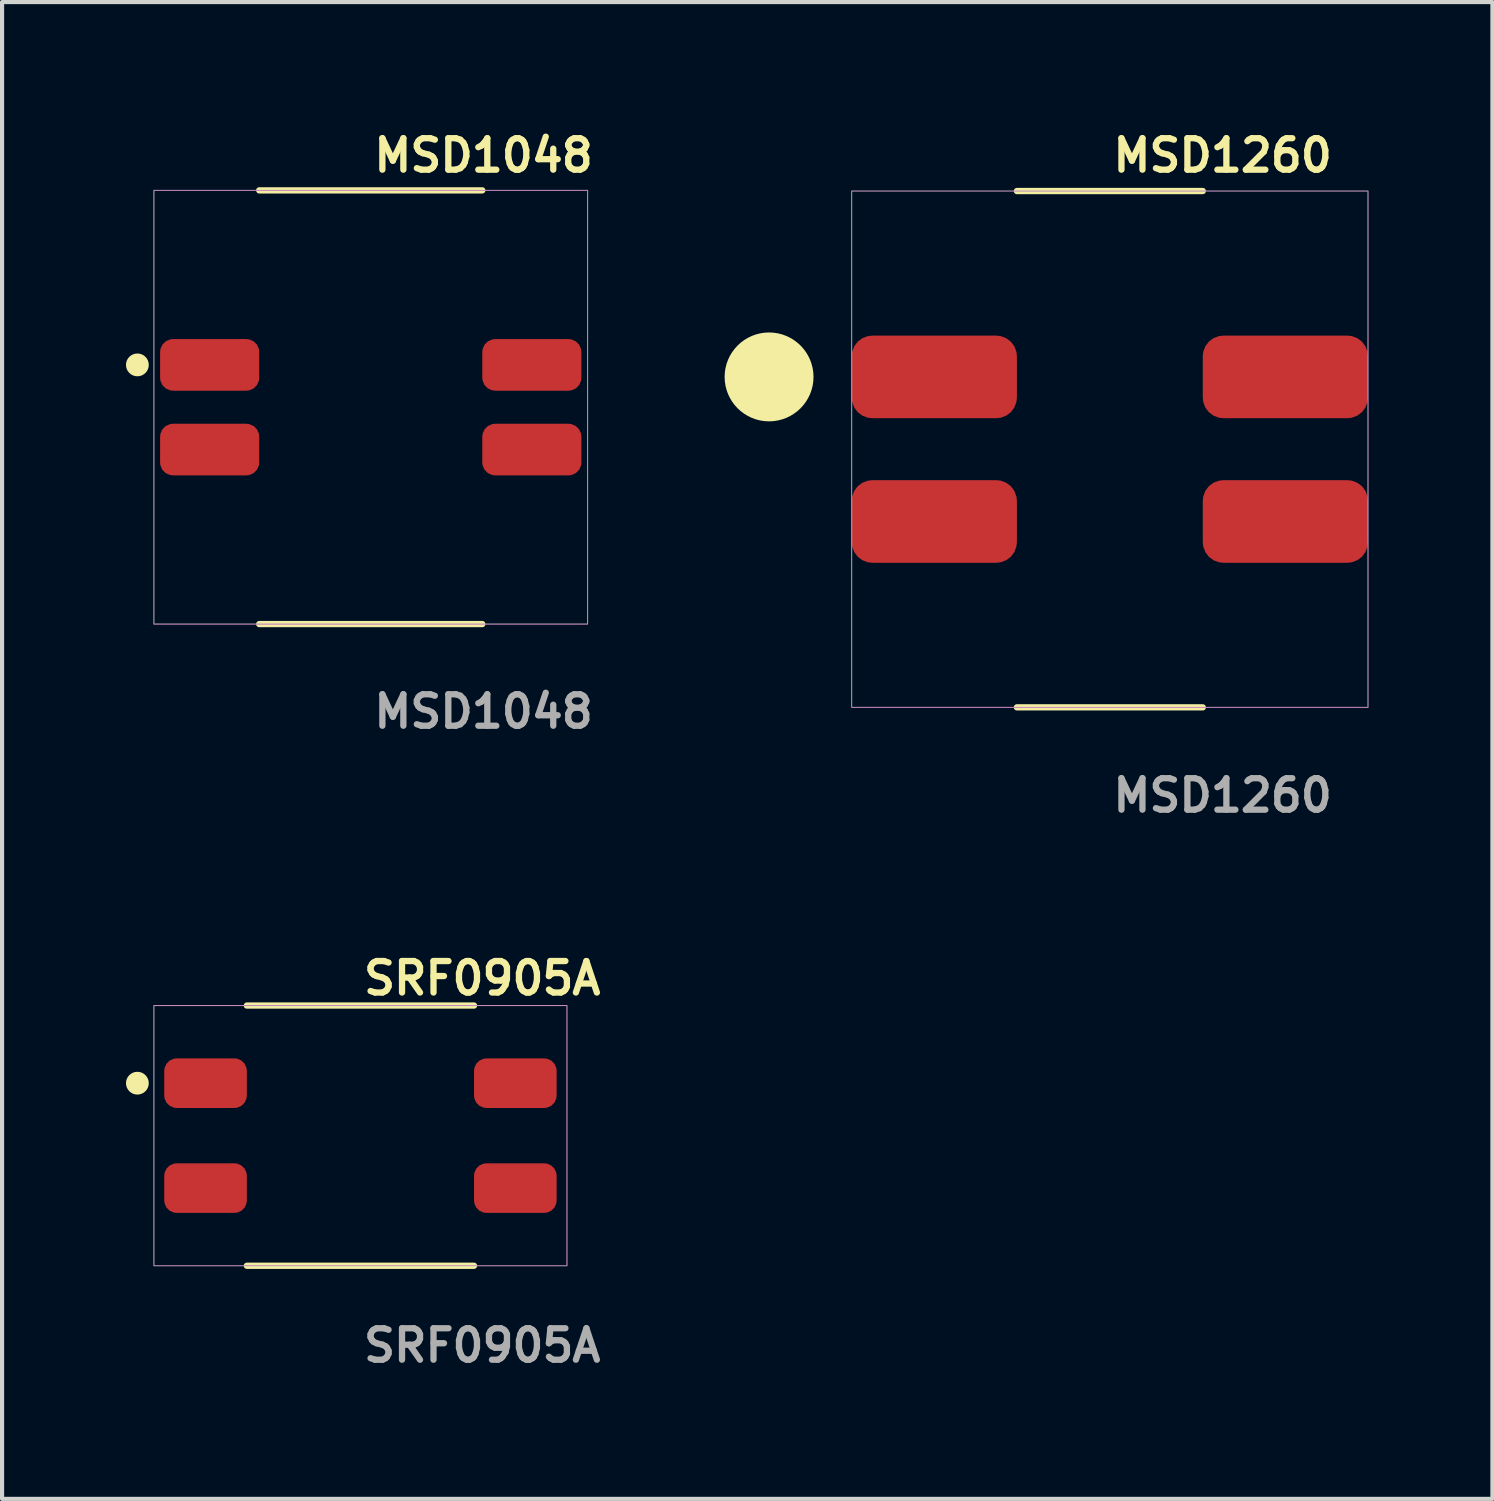
<source format=kicad_pcb>
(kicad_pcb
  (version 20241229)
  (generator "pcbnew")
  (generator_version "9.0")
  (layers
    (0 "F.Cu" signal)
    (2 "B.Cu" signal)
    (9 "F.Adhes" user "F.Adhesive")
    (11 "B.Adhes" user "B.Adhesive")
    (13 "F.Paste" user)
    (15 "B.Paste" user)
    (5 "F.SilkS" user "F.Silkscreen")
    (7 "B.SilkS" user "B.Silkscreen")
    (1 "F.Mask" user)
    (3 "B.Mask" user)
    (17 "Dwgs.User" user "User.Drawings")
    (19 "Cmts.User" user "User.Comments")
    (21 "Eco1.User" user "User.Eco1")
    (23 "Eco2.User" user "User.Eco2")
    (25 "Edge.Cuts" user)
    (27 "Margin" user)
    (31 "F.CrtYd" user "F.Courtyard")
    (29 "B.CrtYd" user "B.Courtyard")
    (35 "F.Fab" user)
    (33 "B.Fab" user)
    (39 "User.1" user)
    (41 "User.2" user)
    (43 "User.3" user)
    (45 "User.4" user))
  (footprint "MSD1260"
    (layer "F.Cu")
    (at 23.819 7.825)
    (property "Reference" "MSD1260" (at 0 -7.112 0) (unlocked yes) (layer "F.SilkS") (effects (font (size 0.762 0.762) (thickness 0.152)) (justify left)))
    (fp_line (start 2.25 -6.25) (end -2.25 -6.25) (stroke (width 0.152) (type solid)) (layer "F.SilkS"))
    (fp_line (start 2.25 6.25) (end -2.25 6.25) (stroke (width 0.152) (type solid)) (layer "F.SilkS"))
    (fp_circle (center -8.25 -1.75) (end -9.25 -1.75) (stroke (width 0.152) (type solid)) (fill yes) (layer "F.SilkS"))
    (fp_rect (start -6.25 -6.25) (end 6.25 6.25) (stroke (width 0.006) (type solid)) (fill no) (layer "F.CrtYd"))
    (fp_rect (start -6.25 -6.25) (end 6.25 6.25) (stroke (width 0.025) (type default)) (fill no) (layer "F.Fab"))
    (fp_text user "${REFERENCE}" (at 0 8.382 0) (unlocked yes) (layer "F.Fab") (effects (font (size 0.762 0.762) (thickness 0.152)) (justify left)))
    (pad "1" smd roundrect (at -4.25 -1.75) (size 4 2) (layers "F.Cu" "F.Mask" "F.Paste") (roundrect_rratio 0.25))
    (pad "2" smd roundrect (at -4.25 1.75) (size 4 2) (layers "F.Cu" "F.Mask" "F.Paste") (roundrect_rratio 0.25))
    (pad "3" smd roundrect (at 4.25 1.75) (size 4 2) (layers "F.Cu" "F.Mask" "F.Paste") (roundrect_rratio 0.25))
    (pad "4" smd roundrect (at 4.25 -1.75) (size 4 2) (layers "F.Cu" "F.Mask" "F.Paste") (roundrect_rratio 0.25)))
  (footprint "MSD1048"
    (layer "F.Cu")
    (at 5.926 6.809)
    (property "Reference" "MSD1048" (at 0 -6.096 0) (unlocked yes) (layer "F.SilkS") (effects (font (size 0.762 0.762) (thickness 0.152)) (justify left)))
    (fp_line (start 2.7 -5.25) (end -2.7 -5.25) (stroke (width 0.152) (type solid)) (layer "F.SilkS"))
    (fp_line (start 2.7 5.25) (end -2.7 5.25) (stroke (width 0.152) (type solid)) (layer "F.SilkS"))
    (fp_circle (center -5.65 -1.025) (end -5.85 -1.025) (stroke (width 0.152) (type solid)) (fill yes) (layer "F.SilkS"))
    (fp_rect (start -5.25 -5.25) (end 5.25 5.25) (stroke (width 0.006) (type solid)) (fill no) (layer "F.CrtYd"))
    (fp_rect (start -5.25 -5.25) (end 5.25 5.25) (stroke (width 0.025) (type default)) (fill no) (layer "F.Fab"))
    (fp_text user "${REFERENCE}" (at 0 7.366 0) (unlocked yes) (layer "F.Fab") (effects (font (size 0.762 0.762) (thickness 0.152)) (justify left)))
    (pad "1" smd roundrect (at -3.9 -1.025) (size 2.4 1.25) (layers "F.Cu" "F.Mask" "F.Paste") (roundrect_rratio 0.25))
    (pad "2" smd roundrect (at -3.9 1.025) (size 2.4 1.25) (layers "F.Cu" "F.Mask" "F.Paste") (roundrect_rratio 0.25))
    (pad "3" smd roundrect (at 3.9 1.025) (size 2.4 1.25) (layers "F.Cu" "F.Mask" "F.Paste") (roundrect_rratio 0.25))
    (pad "4" smd roundrect (at 3.9 -1.025) (size 2.4 1.25) (layers "F.Cu" "F.Mask" "F.Paste") (roundrect_rratio 0.25)))
  (footprint "SRF0905A"
    (layer "F.Cu")
    (at 5.676 24.444)
    (property "Reference" "SRF0905A" (at 0 -3.81 0) (unlocked yes) (layer "F.SilkS") (effects (font (size 0.762 0.762) (thickness 0.152)) (justify left)))
    (fp_line (start 2.75 -3.15) (end -2.75 -3.15) (stroke (width 0.152) (type solid)) (layer "F.SilkS"))
    (fp_line (start 2.75 3.15) (end -2.75 3.15) (stroke (width 0.152) (type solid)) (layer "F.SilkS"))
    (fp_circle (center -5.4 -1.27) (end -5.6 -1.27) (stroke (width 0.152) (type solid)) (fill yes) (layer "F.SilkS"))
    (fp_rect (start -5 -3.15) (end 5 3.15) (stroke (width 0.006) (type solid)) (fill no) (layer "F.CrtYd"))
    (fp_rect (start -5 -3.15) (end 5 3.15) (stroke (width 0.025) (type default)) (fill no) (layer "F.Fab"))
    (fp_text user "${REFERENCE}" (at 0 5.08 0) (unlocked yes) (layer "F.Fab") (effects (font (size 0.762 0.762) (thickness 0.152)) (justify left)))
    (pad "1" smd roundrect (at -3.75 -1.27) (size 2 1.2) (layers "F.Cu" "F.Mask" "F.Paste") (roundrect_rratio 0.25))
    (pad "2" smd roundrect (at -3.75 1.27) (size 2 1.2) (layers "F.Cu" "F.Mask" "F.Paste") (roundrect_rratio 0.25))
    (pad "3" smd roundrect (at 3.75 1.27) (size 2 1.2) (layers "F.Cu" "F.Mask" "F.Paste") (roundrect_rratio 0.25))
    (pad "4" smd roundrect (at 3.75 -1.27) (size 2 1.2) (layers "F.Cu" "F.Mask" "F.Paste") (roundrect_rratio 0.25)))
  (gr_rect
    (start -3 -3)
    (end 33.081 33.237)
    (stroke (width 0.1) (type default))
    (fill no)
    (layer "Edge.Cuts")))
</source>
